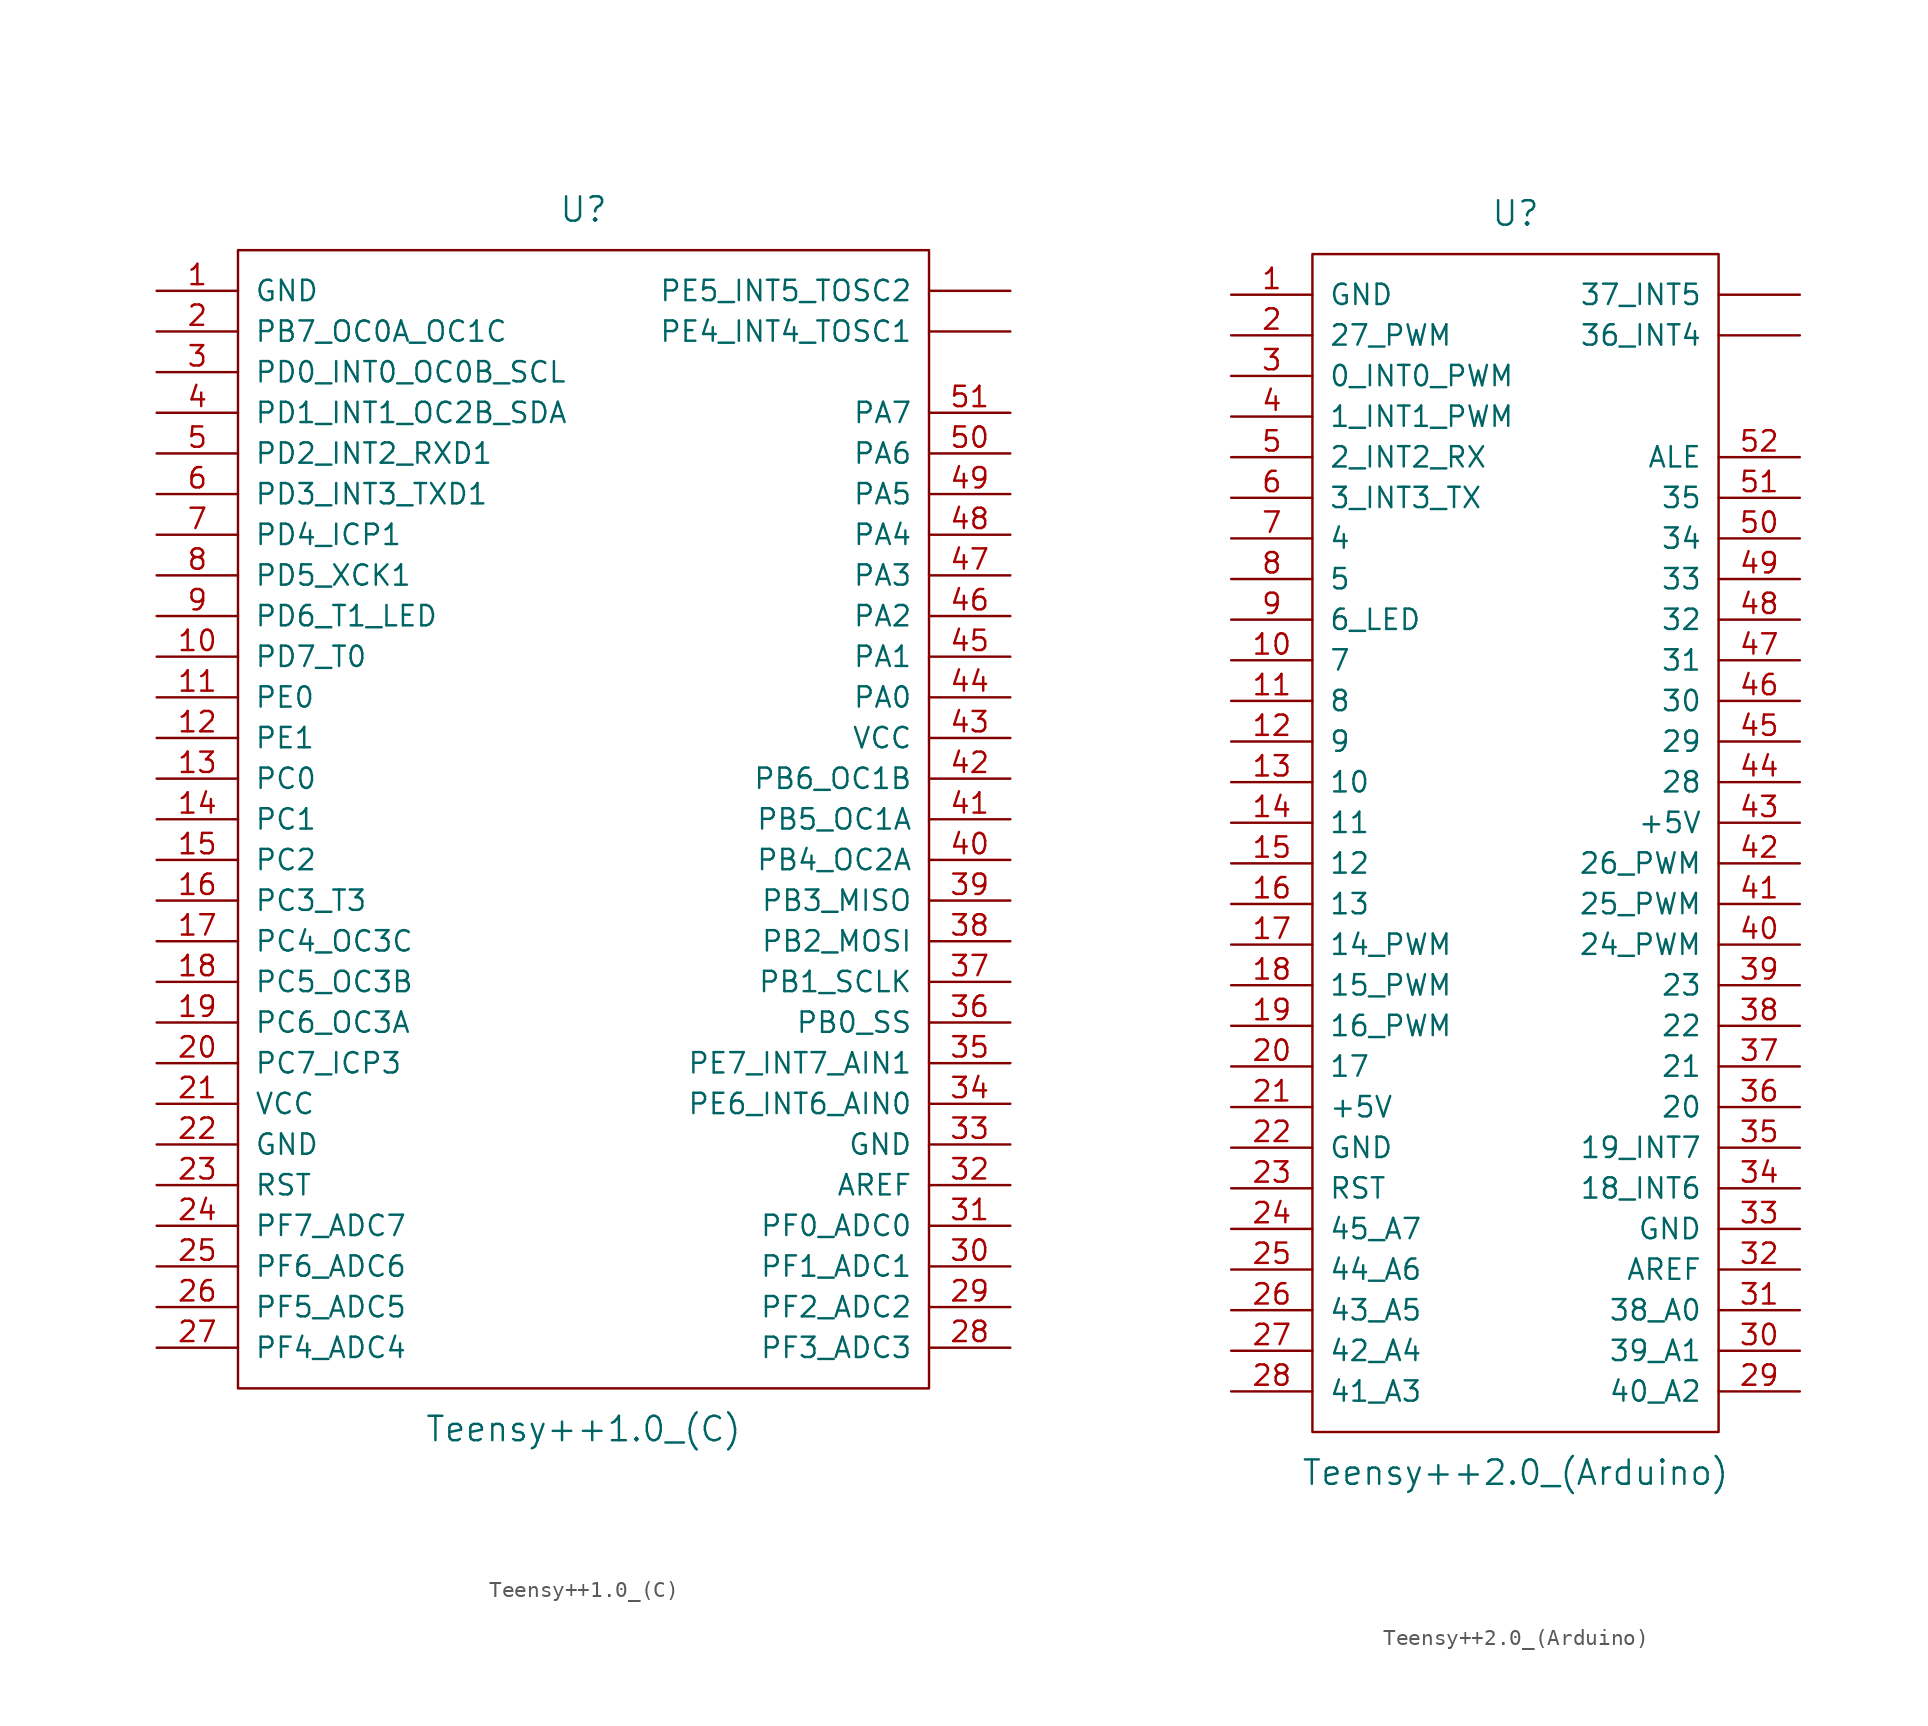
<source format=kicad_sym>
(kicad_symbol_lib
  (version 20211014)
  (generator kicad_symbol_editor)
  (symbol "Teensy++1.0_(C)"
    (pin_names
      (offset 1.016))
    (property "Reference" "U"
      (at 0 38.1 0)
      (effects (font (size 1.524 1.524))))
    (property "Value" "Teensy++1.0_(C)"
      (at 0 -38.1 0)
      (effects (font (size 1.524 1.524))))
    (property "Footprint" ""
      (at 2.54 -20.32 0)
      (effects (font (size 1.524 1.524))))
    (property "Datasheet" ""
      (at 2.54 -20.32 0)
      (effects (font (size 1.524 1.524))))
    (symbol "Teensy++1.0_(C)_0_1"
      (rectangle (start -21.59 35.56) (end 21.59 -35.56) (stroke (width 0) (type default) (color 0 0 0 0)) (fill (type none))))
    (symbol "Teensy++1.0_(C)_1_1"
      (pin power_in line (at -26.67 33.02 0) (length 5.08) (name "GND" (effects (font (size 1.27 1.27)))) (number "1" (effects (font (size 1.27 1.27)))))
      (pin bidirectional line (at -26.67 10.16 0) (length 5.08) (name "PD7_T0" (effects (font (size 1.27 1.27)))) (number "10" (effects (font (size 1.27 1.27)))))
      (pin bidirectional line (at -26.67 7.62 0) (length 5.08) (name "PE0" (effects (font (size 1.27 1.27)))) (number "11" (effects (font (size 1.27 1.27)))))
      (pin bidirectional line (at -26.67 5.08 0) (length 5.08) (name "PE1" (effects (font (size 1.27 1.27)))) (number "12" (effects (font (size 1.27 1.27)))))
      (pin bidirectional line (at -26.67 2.54 0) (length 5.08) (name "PC0" (effects (font (size 1.27 1.27)))) (number "13" (effects (font (size 1.27 1.27)))))
      (pin bidirectional line (at -26.67 0 0) (length 5.08) (name "PC1" (effects (font (size 1.27 1.27)))) (number "14" (effects (font (size 1.27 1.27)))))
      (pin bidirectional line (at -26.67 -2.54 0) (length 5.08) (name "PC2" (effects (font (size 1.27 1.27)))) (number "15" (effects (font (size 1.27 1.27)))))
      (pin bidirectional line (at -26.67 -5.08 0) (length 5.08) (name "PC3_T3" (effects (font (size 1.27 1.27)))) (number "16" (effects (font (size 1.27 1.27)))))
      (pin bidirectional line (at -26.67 -7.62 0) (length 5.08) (name "PC4_OC3C" (effects (font (size 1.27 1.27)))) (number "17" (effects (font (size 1.27 1.27)))))
      (pin bidirectional line (at -26.67 -10.16 0) (length 5.08) (name "PC5_OC3B" (effects (font (size 1.27 1.27)))) (number "18" (effects (font (size 1.27 1.27)))))
      (pin bidirectional line (at -26.67 -12.7 0) (length 5.08) (name "PC6_OC3A" (effects (font (size 1.27 1.27)))) (number "19" (effects (font (size 1.27 1.27)))))
      (pin bidirectional line (at -26.67 30.48 0) (length 5.08) (name "PB7_OC0A_OC1C" (effects (font (size 1.27 1.27)))) (number "2" (effects (font (size 1.27 1.27)))))
      (pin bidirectional line (at -26.67 -15.24 0) (length 5.08) (name "PC7_ICP3" (effects (font (size 1.27 1.27)))) (number "20" (effects (font (size 1.27 1.27)))))
      (pin power_in line (at -26.67 -17.78 0) (length 5.08) (name "VCC" (effects (font (size 1.27 1.27)))) (number "21" (effects (font (size 1.27 1.27)))))
      (pin power_in line (at -26.67 -20.32 0) (length 5.08) (name "GND" (effects (font (size 1.27 1.27)))) (number "22" (effects (font (size 1.27 1.27)))))
      (pin input line (at -26.67 -22.86 0) (length 5.08) (name "RST" (effects (font (size 1.27 1.27)))) (number "23" (effects (font (size 1.27 1.27)))))
      (pin bidirectional line (at -26.67 -25.4 0) (length 5.08) (name "PF7_ADC7" (effects (font (size 1.27 1.27)))) (number "24" (effects (font (size 1.27 1.27)))))
      (pin bidirectional line (at -26.67 -27.94 0) (length 5.08) (name "PF6_ADC6" (effects (font (size 1.27 1.27)))) (number "25" (effects (font (size 1.27 1.27)))))
      (pin bidirectional line (at -26.67 -30.48 0) (length 5.08) (name "PF5_ADC5" (effects (font (size 1.27 1.27)))) (number "26" (effects (font (size 1.27 1.27)))))
      (pin bidirectional line (at -26.67 -33.02 0) (length 5.08) (name "PF4_ADC4" (effects (font (size 1.27 1.27)))) (number "27" (effects (font (size 1.27 1.27)))))
      (pin bidirectional line (at 26.67 -33.02 180) (length 5.08) (name "PF3_ADC3" (effects (font (size 1.27 1.27)))) (number "28" (effects (font (size 1.27 1.27)))))
      (pin bidirectional line (at 26.67 -30.48 180) (length 5.08) (name "PF2_ADC2" (effects (font (size 1.27 1.27)))) (number "29" (effects (font (size 1.27 1.27)))))
      (pin bidirectional line (at -26.67 27.94 0) (length 5.08) (name "PD0_INT0_OC0B_SCL" (effects (font (size 1.27 1.27)))) (number "3" (effects (font (size 1.27 1.27)))))
      (pin bidirectional line (at 26.67 -27.94 180) (length 5.08) (name "PF1_ADC1" (effects (font (size 1.27 1.27)))) (number "30" (effects (font (size 1.27 1.27)))))
      (pin bidirectional line (at 26.67 -25.4 180) (length 5.08) (name "PF0_ADC0" (effects (font (size 1.27 1.27)))) (number "31" (effects (font (size 1.27 1.27)))))
      (pin input line (at 26.67 -22.86 180) (length 5.08) (name "AREF" (effects (font (size 1.27 1.27)))) (number "32" (effects (font (size 1.27 1.27)))))
      (pin power_in line (at 26.67 -20.32 180) (length 5.08) (name "GND" (effects (font (size 1.27 1.27)))) (number "33" (effects (font (size 1.27 1.27)))))
      (pin bidirectional line (at 26.67 -17.78 180) (length 5.08) (name "PE6_INT6_AIN0" (effects (font (size 1.27 1.27)))) (number "34" (effects (font (size 1.27 1.27)))))
      (pin bidirectional line (at 26.67 -15.24 180) (length 5.08) (name "PE7_INT7_AIN1" (effects (font (size 1.27 1.27)))) (number "35" (effects (font (size 1.27 1.27)))))
      (pin bidirectional line (at 26.67 -12.7 180) (length 5.08) (name "PB0_SS" (effects (font (size 1.27 1.27)))) (number "36" (effects (font (size 1.27 1.27)))))
      (pin bidirectional line (at 26.67 -10.16 180) (length 5.08) (name "PB1_SCLK" (effects (font (size 1.27 1.27)))) (number "37" (effects (font (size 1.27 1.27)))))
      (pin bidirectional line (at 26.67 -7.62 180) (length 5.08) (name "PB2_MOSI" (effects (font (size 1.27 1.27)))) (number "38" (effects (font (size 1.27 1.27)))))
      (pin bidirectional line (at 26.67 -5.08 180) (length 5.08) (name "PB3_MISO" (effects (font (size 1.27 1.27)))) (number "39" (effects (font (size 1.27 1.27)))))
      (pin bidirectional line (at -26.67 25.4 0) (length 5.08) (name "PD1_INT1_OC2B_SDA" (effects (font (size 1.27 1.27)))) (number "4" (effects (font (size 1.27 1.27)))))
      (pin bidirectional line (at 26.67 -2.54 180) (length 5.08) (name "PB4_OC2A" (effects (font (size 1.27 1.27)))) (number "40" (effects (font (size 1.27 1.27)))))
      (pin bidirectional line (at 26.67 0 180) (length 5.08) (name "PB5_OC1A" (effects (font (size 1.27 1.27)))) (number "41" (effects (font (size 1.27 1.27)))))
      (pin bidirectional line (at 26.67 2.54 180) (length 5.08) (name "PB6_OC1B" (effects (font (size 1.27 1.27)))) (number "42" (effects (font (size 1.27 1.27)))))
      (pin power_in line (at 26.67 5.08 180) (length 5.08) (name "VCC" (effects (font (size 1.27 1.27)))) (number "43" (effects (font (size 1.27 1.27)))))
      (pin bidirectional line (at 26.67 7.62 180) (length 5.08) (name "PA0" (effects (font (size 1.27 1.27)))) (number "44" (effects (font (size 1.27 1.27)))))
      (pin bidirectional line (at 26.67 10.16 180) (length 5.08) (name "PA1" (effects (font (size 1.27 1.27)))) (number "45" (effects (font (size 1.27 1.27)))))
      (pin bidirectional line (at 26.67 12.7 180) (length 5.08) (name "PA2" (effects (font (size 1.27 1.27)))) (number "46" (effects (font (size 1.27 1.27)))))
      (pin bidirectional line (at 26.67 15.24 180) (length 5.08) (name "PA3" (effects (font (size 1.27 1.27)))) (number "47" (effects (font (size 1.27 1.27)))))
      (pin bidirectional line (at 26.67 17.78 180) (length 5.08) (name "PA4" (effects (font (size 1.27 1.27)))) (number "48" (effects (font (size 1.27 1.27)))))
      (pin bidirectional line (at 26.67 20.32 180) (length 5.08) (name "PA5" (effects (font (size 1.27 1.27)))) (number "49" (effects (font (size 1.27 1.27)))))
      (pin bidirectional line (at -26.67 22.86 0) (length 5.08) (name "PD2_INT2_RXD1" (effects (font (size 1.27 1.27)))) (number "5" (effects (font (size 1.27 1.27)))))
      (pin bidirectional line (at 26.67 22.86 180) (length 5.08) (name "PA6" (effects (font (size 1.27 1.27)))) (number "50" (effects (font (size 1.27 1.27)))))
      (pin bidirectional line (at 26.67 25.4 180) (length 5.08) (name "PA7" (effects (font (size 1.27 1.27)))) (number "51" (effects (font (size 1.27 1.27)))))
      (pin bidirectional line (at -26.67 20.32 0) (length 5.08) (name "PD3_INT3_TXD1" (effects (font (size 1.27 1.27)))) (number "6" (effects (font (size 1.27 1.27)))))
      (pin bidirectional line (at -26.67 17.78 0) (length 5.08) (name "PD4_ICP1" (effects (font (size 1.27 1.27)))) (number "7" (effects (font (size 1.27 1.27)))))
      (pin bidirectional line (at -26.67 15.24 0) (length 5.08) (name "PD5_XCK1" (effects (font (size 1.27 1.27)))) (number "8" (effects (font (size 1.27 1.27)))))
      (pin bidirectional line (at -26.67 12.7 0) (length 5.08) (name "PD6_T1_LED" (effects (font (size 1.27 1.27)))) (number "9" (effects (font (size 1.27 1.27)))))
      (pin bidirectional line (at 26.67 30.48 180) (length 5.08) (name "PE4_INT4_TOSC1" (effects (font (size 1.27 1.27)))) (number "~" (effects (font (size 1.27 1.27)))))
      (pin bidirectional line (at 26.67 33.02 180) (length 5.08) (name "PE5_INT5_TOSC2" (effects (font (size 1.27 1.27)))) (number "~" (effects (font (size 1.27 1.27)))))))
  (symbol "Teensy++2.0_(Arduino)"
    (pin_names
      (offset 1.016))
    (property "Reference" "U"
      (at 0 39.37 0)
      (effects (font (size 1.524 1.524))))
    (property "Value" "Teensy++2.0_(Arduino)"
      (at 0 -39.37 0)
      (effects (font (size 1.524 1.524))))
    (property "Footprint" ""
      (at 2.54 -16.51 0)
      (effects (font (size 1.524 1.524))))
    (property "Datasheet" ""
      (at 2.54 -16.51 0)
      (effects (font (size 1.524 1.524))))
    (symbol "Teensy++2.0_(Arduino)_0_1"
      (rectangle (start -12.7 36.83) (end 12.7 -36.83) (stroke (width 0) (type default) (color 0 0 0 0)) (fill (type none))))
    (symbol "Teensy++2.0_(Arduino)_1_1"
      (pin power_in line (at -17.78 34.29 0) (length 5.08) (name "GND" (effects (font (size 1.27 1.27)))) (number "1" (effects (font (size 1.27 1.27)))))
      (pin bidirectional line (at -17.78 11.43 0) (length 5.08) (name "7" (effects (font (size 1.27 1.27)))) (number "10" (effects (font (size 1.27 1.27)))))
      (pin bidirectional line (at -17.78 8.89 0) (length 5.08) (name "8" (effects (font (size 1.27 1.27)))) (number "11" (effects (font (size 1.27 1.27)))))
      (pin bidirectional line (at -17.78 6.35 0) (length 5.08) (name "9" (effects (font (size 1.27 1.27)))) (number "12" (effects (font (size 1.27 1.27)))))
      (pin bidirectional line (at -17.78 3.81 0) (length 5.08) (name "10" (effects (font (size 1.27 1.27)))) (number "13" (effects (font (size 1.27 1.27)))))
      (pin bidirectional line (at -17.78 1.27 0) (length 5.08) (name "11" (effects (font (size 1.27 1.27)))) (number "14" (effects (font (size 1.27 1.27)))))
      (pin bidirectional line (at -17.78 -1.27 0) (length 5.08) (name "12" (effects (font (size 1.27 1.27)))) (number "15" (effects (font (size 1.27 1.27)))))
      (pin bidirectional line (at -17.78 -3.81 0) (length 5.08) (name "13" (effects (font (size 1.27 1.27)))) (number "16" (effects (font (size 1.27 1.27)))))
      (pin bidirectional line (at -17.78 -6.35 0) (length 5.08) (name "14_PWM" (effects (font (size 1.27 1.27)))) (number "17" (effects (font (size 1.27 1.27)))))
      (pin bidirectional line (at -17.78 -8.89 0) (length 5.08) (name "15_PWM" (effects (font (size 1.27 1.27)))) (number "18" (effects (font (size 1.27 1.27)))))
      (pin bidirectional line (at -17.78 -11.43 0) (length 5.08) (name "16_PWM" (effects (font (size 1.27 1.27)))) (number "19" (effects (font (size 1.27 1.27)))))
      (pin bidirectional line (at -17.78 31.75 0) (length 5.08) (name "27_PWM" (effects (font (size 1.27 1.27)))) (number "2" (effects (font (size 1.27 1.27)))))
      (pin bidirectional line (at -17.78 -13.97 0) (length 5.08) (name "17" (effects (font (size 1.27 1.27)))) (number "20" (effects (font (size 1.27 1.27)))))
      (pin power_in line (at -17.78 -16.51 0) (length 5.08) (name "+5V" (effects (font (size 1.27 1.27)))) (number "21" (effects (font (size 1.27 1.27)))))
      (pin power_in line (at -17.78 -19.05 0) (length 5.08) (name "GND" (effects (font (size 1.27 1.27)))) (number "22" (effects (font (size 1.27 1.27)))))
      (pin input line (at -17.78 -21.59 0) (length 5.08) (name "RST" (effects (font (size 1.27 1.27)))) (number "23" (effects (font (size 1.27 1.27)))))
      (pin bidirectional line (at -17.78 -24.13 0) (length 5.08) (name "45_A7" (effects (font (size 1.27 1.27)))) (number "24" (effects (font (size 1.27 1.27)))))
      (pin bidirectional line (at -17.78 -26.67 0) (length 5.08) (name "44_A6" (effects (font (size 1.27 1.27)))) (number "25" (effects (font (size 1.27 1.27)))))
      (pin bidirectional line (at -17.78 -29.21 0) (length 5.08) (name "43_A5" (effects (font (size 1.27 1.27)))) (number "26" (effects (font (size 1.27 1.27)))))
      (pin bidirectional line (at -17.78 -31.75 0) (length 5.08) (name "42_A4" (effects (font (size 1.27 1.27)))) (number "27" (effects (font (size 1.27 1.27)))))
      (pin bidirectional line (at -17.78 -34.29 0) (length 5.08) (name "41_A3" (effects (font (size 1.27 1.27)))) (number "28" (effects (font (size 1.27 1.27)))))
      (pin bidirectional line (at 17.78 -34.29 180) (length 5.08) (name "40_A2" (effects (font (size 1.27 1.27)))) (number "29" (effects (font (size 1.27 1.27)))))
      (pin bidirectional line (at -17.78 29.21 0) (length 5.08) (name "0_INT0_PWM" (effects (font (size 1.27 1.27)))) (number "3" (effects (font (size 1.27 1.27)))))
      (pin bidirectional line (at 17.78 -31.75 180) (length 5.08) (name "39_A1" (effects (font (size 1.27 1.27)))) (number "30" (effects (font (size 1.27 1.27)))))
      (pin bidirectional line (at 17.78 -29.21 180) (length 5.08) (name "38_A0" (effects (font (size 1.27 1.27)))) (number "31" (effects (font (size 1.27 1.27)))))
      (pin input line (at 17.78 -26.67 180) (length 5.08) (name "AREF" (effects (font (size 1.27 1.27)))) (number "32" (effects (font (size 1.27 1.27)))))
      (pin power_in line (at 17.78 -24.13 180) (length 5.08) (name "GND" (effects (font (size 1.27 1.27)))) (number "33" (effects (font (size 1.27 1.27)))))
      (pin bidirectional line (at 17.78 -21.59 180) (length 5.08) (name "18_INT6" (effects (font (size 1.27 1.27)))) (number "34" (effects (font (size 1.27 1.27)))))
      (pin bidirectional line (at 17.78 -19.05 180) (length 5.08) (name "19_INT7" (effects (font (size 1.27 1.27)))) (number "35" (effects (font (size 1.27 1.27)))))
      (pin bidirectional line (at 17.78 -16.51 180) (length 5.08) (name "20" (effects (font (size 1.27 1.27)))) (number "36" (effects (font (size 1.27 1.27)))))
      (pin bidirectional line (at 17.78 -13.97 180) (length 5.08) (name "21" (effects (font (size 1.27 1.27)))) (number "37" (effects (font (size 1.27 1.27)))))
      (pin bidirectional line (at 17.78 -11.43 180) (length 5.08) (name "22" (effects (font (size 1.27 1.27)))) (number "38" (effects (font (size 1.27 1.27)))))
      (pin bidirectional line (at 17.78 -8.89 180) (length 5.08) (name "23" (effects (font (size 1.27 1.27)))) (number "39" (effects (font (size 1.27 1.27)))))
      (pin bidirectional line (at -17.78 26.67 0) (length 5.08) (name "1_INT1_PWM" (effects (font (size 1.27 1.27)))) (number "4" (effects (font (size 1.27 1.27)))))
      (pin bidirectional line (at 17.78 -6.35 180) (length 5.08) (name "24_PWM" (effects (font (size 1.27 1.27)))) (number "40" (effects (font (size 1.27 1.27)))))
      (pin bidirectional line (at 17.78 -3.81 180) (length 5.08) (name "25_PWM" (effects (font (size 1.27 1.27)))) (number "41" (effects (font (size 1.27 1.27)))))
      (pin bidirectional line (at 17.78 -1.27 180) (length 5.08) (name "26_PWM" (effects (font (size 1.27 1.27)))) (number "42" (effects (font (size 1.27 1.27)))))
      (pin power_in line (at 17.78 1.27 180) (length 5.08) (name "+5V" (effects (font (size 1.27 1.27)))) (number "43" (effects (font (size 1.27 1.27)))))
      (pin bidirectional line (at 17.78 3.81 180) (length 5.08) (name "28" (effects (font (size 1.27 1.27)))) (number "44" (effects (font (size 1.27 1.27)))))
      (pin bidirectional line (at 17.78 6.35 180) (length 5.08) (name "29" (effects (font (size 1.27 1.27)))) (number "45" (effects (font (size 1.27 1.27)))))
      (pin bidirectional line (at 17.78 8.89 180) (length 5.08) (name "30" (effects (font (size 1.27 1.27)))) (number "46" (effects (font (size 1.27 1.27)))))
      (pin bidirectional line (at 17.78 11.43 180) (length 5.08) (name "31" (effects (font (size 1.27 1.27)))) (number "47" (effects (font (size 1.27 1.27)))))
      (pin bidirectional line (at 17.78 13.97 180) (length 5.08) (name "32" (effects (font (size 1.27 1.27)))) (number "48" (effects (font (size 1.27 1.27)))))
      (pin bidirectional line (at 17.78 16.51 180) (length 5.08) (name "33" (effects (font (size 1.27 1.27)))) (number "49" (effects (font (size 1.27 1.27)))))
      (pin bidirectional line (at -17.78 24.13 0) (length 5.08) (name "2_INT2_RX" (effects (font (size 1.27 1.27)))) (number "5" (effects (font (size 1.27 1.27)))))
      (pin bidirectional line (at 17.78 19.05 180) (length 5.08) (name "34" (effects (font (size 1.27 1.27)))) (number "50" (effects (font (size 1.27 1.27)))))
      (pin bidirectional line (at 17.78 21.59 180) (length 5.08) (name "35" (effects (font (size 1.27 1.27)))) (number "51" (effects (font (size 1.27 1.27)))))
      (pin input line (at 17.78 24.13 180) (length 5.08) (name "ALE" (effects (font (size 1.27 1.27)))) (number "52" (effects (font (size 1.27 1.27)))))
      (pin bidirectional line (at -17.78 21.59 0) (length 5.08) (name "3_INT3_TX" (effects (font (size 1.27 1.27)))) (number "6" (effects (font (size 1.27 1.27)))))
      (pin bidirectional line (at -17.78 19.05 0) (length 5.08) (name "4" (effects (font (size 1.27 1.27)))) (number "7" (effects (font (size 1.27 1.27)))))
      (pin bidirectional line (at -17.78 16.51 0) (length 5.08) (name "5" (effects (font (size 1.27 1.27)))) (number "8" (effects (font (size 1.27 1.27)))))
      (pin bidirectional line (at -17.78 13.97 0) (length 5.08) (name "6_LED" (effects (font (size 1.27 1.27)))) (number "9" (effects (font (size 1.27 1.27)))))
      (pin bidirectional line (at 17.78 31.75 180) (length 5.08) (name "36_INT4" (effects (font (size 1.27 1.27)))) (number "~" (effects (font (size 1.27 1.27)))))
      (pin bidirectional line (at 17.78 34.29 180) (length 5.08) (name "37_INT5" (effects (font (size 1.27 1.27)))) (number "~" (effects (font (size 1.27 1.27))))))))
</source>
